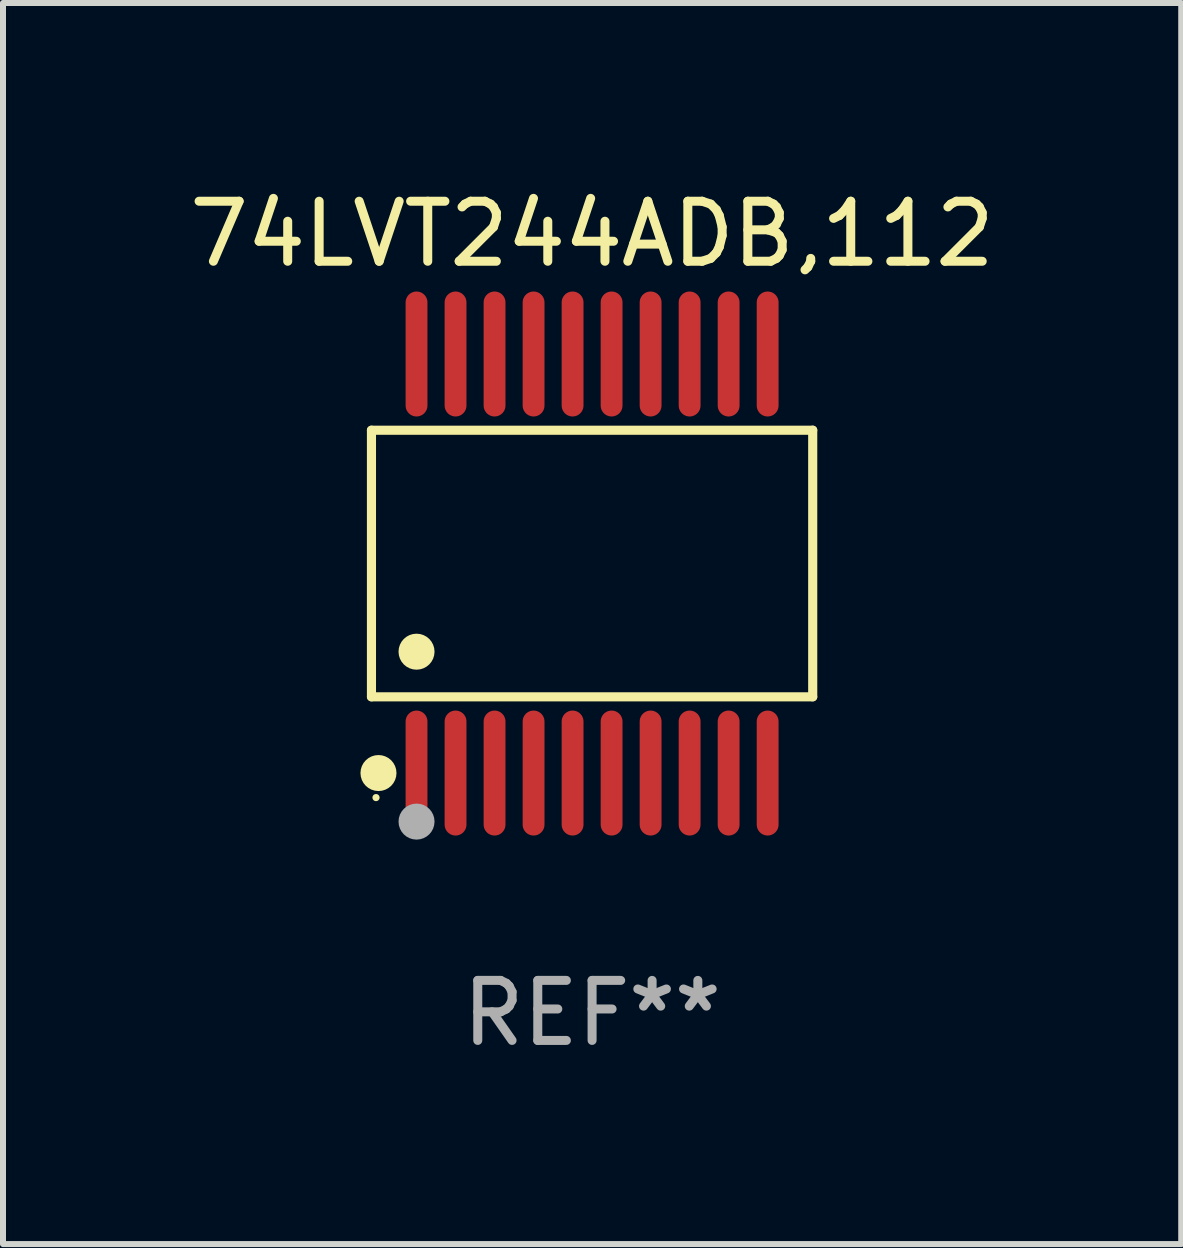
<source format=kicad_pcb>
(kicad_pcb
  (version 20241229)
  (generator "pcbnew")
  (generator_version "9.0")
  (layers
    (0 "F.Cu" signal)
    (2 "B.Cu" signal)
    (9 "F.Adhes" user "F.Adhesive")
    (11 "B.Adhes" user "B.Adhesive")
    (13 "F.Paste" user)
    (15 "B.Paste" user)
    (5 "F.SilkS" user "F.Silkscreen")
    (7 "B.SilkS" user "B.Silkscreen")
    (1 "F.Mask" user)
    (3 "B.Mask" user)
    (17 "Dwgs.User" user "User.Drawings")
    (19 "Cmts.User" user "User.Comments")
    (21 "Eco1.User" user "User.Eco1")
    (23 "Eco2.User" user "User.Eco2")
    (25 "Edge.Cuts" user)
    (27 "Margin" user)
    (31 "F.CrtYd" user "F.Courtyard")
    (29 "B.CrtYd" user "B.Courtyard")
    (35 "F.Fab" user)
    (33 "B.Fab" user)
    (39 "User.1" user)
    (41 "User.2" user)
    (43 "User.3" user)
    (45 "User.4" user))
  (footprint "74LVT244ADB,112"
    (layer "F.Cu")
    (at 6.815 6.339)
    (property "Reference" "74LVT244ADB,112" (at 0 -5.491 0) (layer "F.SilkS") (effects (font (size 1 1) (thickness 0.15))))
    (attr through_hole)
    (fp_line (start -3.676 -2.221) (end 3.676 -2.221) (stroke (width 0.152) (type solid)) (layer "F.SilkS"))
    (fp_line (start -3.676 2.221) (end -3.676 -2.221) (stroke (width 0.152) (type solid)) (layer "F.SilkS"))
    (fp_line (start 3.676 -2.221) (end 3.676 2.221) (stroke (width 0.152) (type solid)) (layer "F.SilkS"))
    (fp_line (start 3.676 2.221) (end -3.676 2.221) (stroke (width 0.152) (type solid)) (layer "F.SilkS"))
    (fp_circle (center -3.6 3.9) (end -3.57 3.9) (stroke (width 0.06) (type solid)) (fill no) (layer "F.SilkS"))
    (fp_circle (center -3.559 3.491) (end -3.409 3.491) (stroke (width 0.3) (type solid)) (fill no) (layer "F.SilkS"))
    (fp_circle (center -2.925 1.469) (end -2.775 1.469) (stroke (width 0.3) (type solid)) (fill no) (layer "F.SilkS"))
    (fp_circle (center -2.925 4.3) (end -2.775 4.3) (stroke (width 0.3) (type solid)) (fill no) (layer "F.Fab"))
    (fp_text user "REF**" (at 0 7.491 0) (layer "F.Fab") (effects (font (size 1 1) (thickness 0.15))))
    (pad "1" smd oval (at -2.925 3.491) (size 0.364 2.082) (layers "F.Cu" "F.Mask" "F.Paste"))
    (pad "2" smd oval (at -2.275 3.491) (size 0.364 2.082) (layers "F.Cu" "F.Mask" "F.Paste"))
    (pad "3" smd oval (at -1.625 3.491) (size 0.364 2.082) (layers "F.Cu" "F.Mask" "F.Paste"))
    (pad "4" smd oval (at -0.975 3.491) (size 0.364 2.082) (layers "F.Cu" "F.Mask" "F.Paste"))
    (pad "5" smd oval (at -0.325 3.491) (size 0.364 2.082) (layers "F.Cu" "F.Mask" "F.Paste"))
    (pad "6" smd oval (at 0.325 3.491) (size 0.364 2.082) (layers "F.Cu" "F.Mask" "F.Paste"))
    (pad "7" smd oval (at 0.975 3.491) (size 0.364 2.082) (layers "F.Cu" "F.Mask" "F.Paste"))
    (pad "8" smd oval (at 1.625 3.491) (size 0.364 2.082) (layers "F.Cu" "F.Mask" "F.Paste"))
    (pad "9" smd oval (at 2.275 3.491) (size 0.364 2.082) (layers "F.Cu" "F.Mask" "F.Paste"))
    (pad "10" smd oval (at 2.925 3.491) (size 0.364 2.082) (layers "F.Cu" "F.Mask" "F.Paste"))
    (pad "11" smd oval (at 2.925 -3.491) (size 0.364 2.082) (layers "F.Cu" "F.Mask" "F.Paste"))
    (pad "12" smd oval (at 2.275 -3.491) (size 0.364 2.082) (layers "F.Cu" "F.Mask" "F.Paste"))
    (pad "13" smd oval (at 1.625 -3.491) (size 0.364 2.082) (layers "F.Cu" "F.Mask" "F.Paste"))
    (pad "14" smd oval (at 0.975 -3.491) (size 0.364 2.082) (layers "F.Cu" "F.Mask" "F.Paste"))
    (pad "15" smd oval (at 0.325 -3.491) (size 0.364 2.082) (layers "F.Cu" "F.Mask" "F.Paste"))
    (pad "16" smd oval (at -0.325 -3.491) (size 0.364 2.082) (layers "F.Cu" "F.Mask" "F.Paste"))
    (pad "17" smd oval (at -0.975 -3.491) (size 0.364 2.082) (layers "F.Cu" "F.Mask" "F.Paste"))
    (pad "18" smd oval (at -1.625 -3.491) (size 0.364 2.082) (layers "F.Cu" "F.Mask" "F.Paste"))
    (pad "19" smd oval (at -2.275 -3.491) (size 0.364 2.082) (layers "F.Cu" "F.Mask" "F.Paste"))
    (pad "20" smd oval (at -2.925 -3.491) (size 0.364 2.082) (layers "F.Cu" "F.Mask" "F.Paste")))
  (gr_rect
    (start -3 -3)
    (end 16.631 17.678)
    (stroke (width 0.1) (type default))
    (fill no)
    (layer "Edge.Cuts")))
</source>
